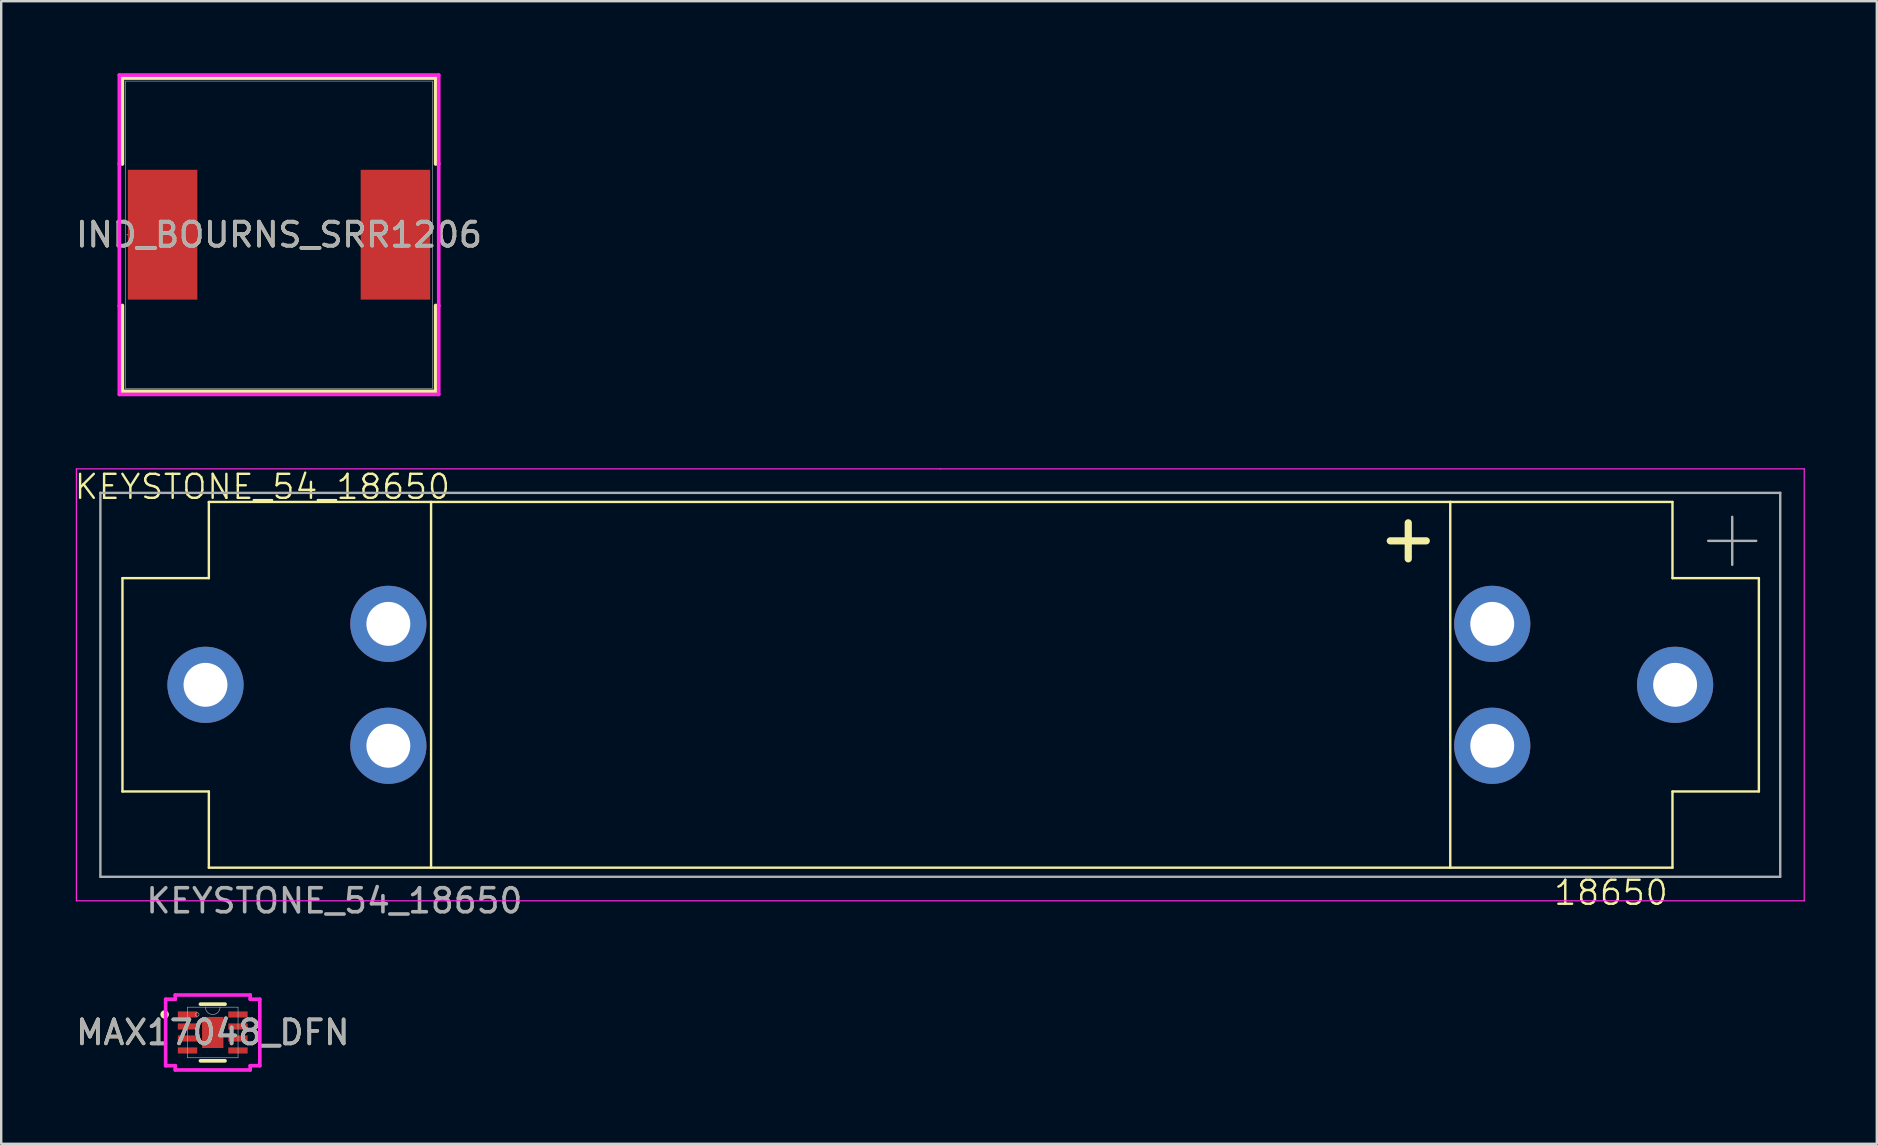
<source format=kicad_pcb>
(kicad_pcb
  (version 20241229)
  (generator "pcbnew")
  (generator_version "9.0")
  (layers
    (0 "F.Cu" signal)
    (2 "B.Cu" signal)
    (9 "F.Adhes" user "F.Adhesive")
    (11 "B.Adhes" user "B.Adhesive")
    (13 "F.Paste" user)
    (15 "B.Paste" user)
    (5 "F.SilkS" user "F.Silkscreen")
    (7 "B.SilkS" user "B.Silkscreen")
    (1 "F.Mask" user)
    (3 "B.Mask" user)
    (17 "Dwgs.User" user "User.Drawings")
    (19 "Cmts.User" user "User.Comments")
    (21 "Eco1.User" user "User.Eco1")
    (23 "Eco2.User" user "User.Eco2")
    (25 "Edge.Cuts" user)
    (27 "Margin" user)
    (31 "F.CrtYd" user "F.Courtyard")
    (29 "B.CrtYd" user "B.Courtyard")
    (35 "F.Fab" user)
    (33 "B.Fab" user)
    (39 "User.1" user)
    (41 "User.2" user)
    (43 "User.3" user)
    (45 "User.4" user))
  (footprint "MAX17048_DFN"
    (layer "F.Cu")
    (at 5.815 39.974)
    (property "Reference" "MAX17048_DFN" (at 0 0 0) (unlocked yes) (layer "F.SilkS") (effects (font (size 1 1) (thickness 0.15))))
    (attr smd)
    (fp_line (start -0.512 1.181) (end 0.512 1.181) (stroke (width 0.152) (type solid)) (layer "F.SilkS"))
    (fp_line (start 0.512 -1.181) (end -0.512 -1.181) (stroke (width 0.152) (type solid)) (layer "F.SilkS"))
    (fp_circle (center -2.005 -0.75) (end -1.903 -0.75) (stroke (width 0.152) (type solid)) (fill no) (layer "F.SilkS"))
    (fp_line (start -1.962 -1.385) (end -1.562 -1.385) (stroke (width 0.152) (type solid)) (layer "F.CrtYd"))
    (fp_line (start -1.962 1.385) (end -1.962 -1.385) (stroke (width 0.152) (type solid)) (layer "F.CrtYd"))
    (fp_line (start -1.962 1.385) (end -1.562 1.385) (stroke (width 0.152) (type solid)) (layer "F.CrtYd"))
    (fp_line (start -1.562 -1.562) (end 1.562 -1.562) (stroke (width 0.152) (type solid)) (layer "F.CrtYd"))
    (fp_line (start -1.562 -1.385) (end -1.562 -1.562) (stroke (width 0.152) (type solid)) (layer "F.CrtYd"))
    (fp_line (start -1.562 1.562) (end -1.562 1.385) (stroke (width 0.152) (type solid)) (layer "F.CrtYd"))
    (fp_line (start 1.562 -1.562) (end 1.562 -1.385) (stroke (width 0.152) (type solid)) (layer "F.CrtYd"))
    (fp_line (start 1.562 1.385) (end 1.562 1.562) (stroke (width 0.152) (type solid)) (layer "F.CrtYd"))
    (fp_line (start 1.562 1.562) (end -1.562 1.562) (stroke (width 0.152) (type solid)) (layer "F.CrtYd"))
    (fp_line (start 1.962 -1.385) (end 1.562 -1.385) (stroke (width 0.152) (type solid)) (layer "F.CrtYd"))
    (fp_line (start 1.962 -1.385) (end 1.962 1.385) (stroke (width 0.152) (type solid)) (layer "F.CrtYd"))
    (fp_line (start 1.962 1.385) (end 1.562 1.385) (stroke (width 0.152) (type solid)) (layer "F.CrtYd"))
    (fp_line (start -1.054 -1.054) (end -1.054 1.054) (stroke (width 0.025) (type solid)) (layer "F.Fab"))
    (fp_line (start -1.054 1.054) (end 1.054 1.054) (stroke (width 0.025) (type solid)) (layer "F.Fab"))
    (fp_line (start 1.054 -1.054) (end -1.054 -1.054) (stroke (width 0.025) (type solid)) (layer "F.Fab"))
    (fp_line (start 1.054 1.054) (end 1.054 -1.054) (stroke (width 0.025) (type solid)) (layer "F.Fab"))
    (fp_arc (start 0.3048 -1.0541) (mid 0 -0.7493) (end -0.3048 -1.0541) (stroke (width 0.0254) (type solid)) (layer "F.Fab"))
    (fp_circle (center -0.648 -0.75) (end -0.572 -0.75) (stroke (width 0.025) (type solid)) (fill no) (layer "F.Fab"))
    (fp_text user "${REFERENCE}" (at 0 0 0) (unlocked yes) (layer "F.Fab") (effects (font (size 1 1) (thickness 0.15))))
    (pad "1" smd rect (at -1.051 -0.75) (size 0.806 0.255) (layers "F.Cu" "F.Mask" "F.Paste"))
    (pad "2" smd rect (at -1.051 -0.25) (size 0.806 0.255) (layers "F.Cu" "F.Mask" "F.Paste"))
    (pad "3" smd rect (at -1.051 0.25) (size 0.806 0.255) (layers "F.Cu" "F.Mask" "F.Paste"))
    (pad "4" smd rect (at -1.051 0.75) (size 0.806 0.255) (layers "F.Cu" "F.Mask" "F.Paste"))
    (pad "5" smd rect (at 1.051 0.75) (size 0.806 0.255) (layers "F.Cu" "F.Mask" "F.Paste"))
    (pad "6" smd rect (at 1.051 0.25) (size 0.806 0.255) (layers "F.Cu" "F.Mask" "F.Paste"))
    (pad "7" smd rect (at 1.051 -0.25) (size 0.806 0.255) (layers "F.Cu" "F.Mask" "F.Paste"))
    (pad "8" smd rect (at 1.051 -0.75) (size 0.806 0.255) (layers "F.Cu" "F.Mask" "F.Paste"))
    (pad "9" smd rect (at 0 0) (size 0.889 1.295) (layers "F.Cu" "F.Mask" "F.Paste")))
  (footprint "IND_BOURNS_SRR1206"
    (layer "F.Cu")
    (at 8.577 6.731)
    (property "Reference" "IND_BOURNS_SRR1206" (at 0 0 0) (unlocked yes) (layer "F.SilkS") (effects (font (size 1 1) (thickness 0.15))))
    (attr smd)
    (fp_line (start -6.528 -6.528) (end -6.528 -2.947) (stroke (width 0.152) (type solid)) (layer "F.SilkS"))
    (fp_line (start -6.528 2.947) (end -6.528 6.528) (stroke (width 0.152) (type solid)) (layer "F.SilkS"))
    (fp_line (start -6.528 6.528) (end 6.528 6.528) (stroke (width 0.152) (type solid)) (layer "F.SilkS"))
    (fp_line (start 6.528 -6.528) (end -6.528 -6.528) (stroke (width 0.152) (type solid)) (layer "F.SilkS"))
    (fp_line (start 6.528 -2.947) (end 6.528 -6.528) (stroke (width 0.152) (type solid)) (layer "F.SilkS"))
    (fp_line (start 6.528 6.528) (end 6.528 2.947) (stroke (width 0.152) (type solid)) (layer "F.SilkS"))
    (fp_line (start -6.655 -6.655) (end 6.655 -6.655) (stroke (width 0.152) (type solid)) (layer "F.CrtYd"))
    (fp_line (start -6.655 -2.959) (end -6.655 -6.655) (stroke (width 0.152) (type solid)) (layer "F.CrtYd"))
    (fp_line (start -6.655 -2.959) (end -6.655 -2.959) (stroke (width 0.152) (type solid)) (layer "F.CrtYd"))
    (fp_line (start -6.655 2.959) (end -6.655 -2.959) (stroke (width 0.152) (type solid)) (layer "F.CrtYd"))
    (fp_line (start -6.655 2.959) (end -6.655 2.959) (stroke (width 0.152) (type solid)) (layer "F.CrtYd"))
    (fp_line (start -6.655 6.655) (end -6.655 2.959) (stroke (width 0.152) (type solid)) (layer "F.CrtYd"))
    (fp_line (start 6.655 -6.655) (end 6.655 -2.959) (stroke (width 0.152) (type solid)) (layer "F.CrtYd"))
    (fp_line (start 6.655 -2.959) (end 6.655 -2.959) (stroke (width 0.152) (type solid)) (layer "F.CrtYd"))
    (fp_line (start 6.655 -2.959) (end 6.655 2.959) (stroke (width 0.152) (type solid)) (layer "F.CrtYd"))
    (fp_line (start 6.655 2.959) (end 6.655 2.959) (stroke (width 0.152) (type solid)) (layer "F.CrtYd"))
    (fp_line (start 6.655 2.959) (end 6.655 6.655) (stroke (width 0.152) (type solid)) (layer "F.CrtYd"))
    (fp_line (start 6.655 6.655) (end -6.655 6.655) (stroke (width 0.152) (type solid)) (layer "F.CrtYd"))
    (fp_line (start -6.401 -6.401) (end -6.401 6.401) (stroke (width 0.025) (type solid)) (layer "F.Fab"))
    (fp_line (start -6.401 6.401) (end 6.401 6.401) (stroke (width 0.025) (type solid)) (layer "F.Fab"))
    (fp_line (start 6.401 -6.401) (end -6.401 -6.401) (stroke (width 0.025) (type solid)) (layer "F.Fab"))
    (fp_line (start 6.401 6.401) (end 6.401 -6.401) (stroke (width 0.025) (type solid)) (layer "F.Fab"))
    (fp_circle (center -6.325 0) (end -6.325 0) (stroke (width 0.025) (type solid)) (fill no) (layer "F.Fab"))
    (fp_text user "${REFERENCE}" (at 0 0 0) (unlocked yes) (layer "F.Fab") (effects (font (size 1 1) (thickness 0.15))))
    (pad "1" smd rect (at -4.851 0) (size 2.896 5.41) (layers "F.Cu" "F.Mask" "F.Paste"))
    (pad "2" smd rect (at 4.851 0) (size 2.896 5.41) (layers "F.Cu" "F.Mask" "F.Paste"))
    (zone (net_name "") (layer "F.Cu") (hatch full 0.508) (connect_pads) (min_thickness 0.254) (filled_areas_thickness no) (keepout (tracks not_allowed) (vias not_allowed) (pads allowed) (copperpour not_allowed) (footprints allowed)) (placement (enabled no)) (fill) (polygon (pts (xy 5.225 0.381) (xy 11.93 0.381) (xy 11.93 13.081) (xy 5.225 13.081)))))
  (footprint "KEYSTONE_54_18650"
    (layer "F.Cu")
    (at 36.133 25.487)
    (property "Reference" "KEYSTONE_54_18650" (at -28.25 -8.25 0) (unlocked yes) (layer "F.SilkS") (effects (font (size 1 1) (thickness 0.1))))
    (attr through_hole)
    (fp_line (start -34.08 -4.445) (end -34.08 4.445) (stroke (width 0.1) (type default)) (layer "F.SilkS"))
    (fp_line (start -34.08 -4.445) (end -30.48 -4.445) (stroke (width 0.1) (type solid)) (layer "F.SilkS"))
    (fp_line (start -34.08 4.445) (end -30.48 4.445) (stroke (width 0.1) (type default)) (layer "F.SilkS"))
    (fp_line (start -30.48 -7.62) (end -30.48 -4.445) (stroke (width 0.1) (type default)) (layer "F.SilkS"))
    (fp_line (start -30.48 -7.62) (end -21.22 -7.62) (stroke (width 0.1) (type default)) (layer "F.SilkS"))
    (fp_line (start -30.48 4.445) (end -30.48 7.62) (stroke (width 0.1) (type default)) (layer "F.SilkS"))
    (fp_line (start -30.48 7.62) (end -21.22 7.62) (stroke (width 0.1) (type default)) (layer "F.SilkS"))
    (fp_line (start -21.22 -7.62) (end -21.22 7.62) (stroke (width 0.1) (type default)) (layer "F.SilkS"))
    (fp_line (start -21.22 -7.62) (end 21.25 -7.62) (stroke (width 0.1) (type default)) (layer "F.SilkS"))
    (fp_line (start -21.22 7.62) (end 21.25 7.62) (stroke (width 0.1) (type default)) (layer "F.SilkS"))
    (fp_line (start 18.75 -6) (end 20.25 -6) (stroke (width 0.3) (type default)) (layer "F.SilkS"))
    (fp_line (start 19.5 -6.75) (end 19.5 -5.25) (stroke (width 0.3) (type default)) (layer "F.SilkS"))
    (fp_line (start 21.25 7.62) (end 21.25 -7.62) (stroke (width 0.1) (type default)) (layer "F.SilkS"))
    (fp_line (start 30.51 -7.62) (end 21.25 -7.62) (stroke (width 0.1) (type default)) (layer "F.SilkS"))
    (fp_line (start 30.51 -4.445) (end 30.51 -7.62) (stroke (width 0.1) (type default)) (layer "F.SilkS"))
    (fp_line (start 30.51 7.62) (end 21.25 7.62) (stroke (width 0.1) (type default)) (layer "F.SilkS"))
    (fp_line (start 30.51 7.62) (end 30.51 4.445) (stroke (width 0.1) (type default)) (layer "F.SilkS"))
    (fp_line (start 34.11 -4.445) (end 30.51 -4.445) (stroke (width 0.1) (type default)) (layer "F.SilkS"))
    (fp_line (start 34.11 4.445) (end 30.51 4.445) (stroke (width 0.1) (type solid)) (layer "F.SilkS"))
    (fp_line (start 34.11 4.445) (end 34.11 -4.445) (stroke (width 0.1) (type default)) (layer "F.SilkS"))
    (fp_line (start -36 -9) (end 0 -9) (stroke (width 0.05) (type default)) (layer "F.CrtYd"))
    (fp_line (start -36 9) (end -36 -9) (stroke (width 0.05) (type default)) (layer "F.CrtYd"))
    (fp_line (start 0 -9) (end 36 -9) (stroke (width 0.05) (type default)) (layer "F.CrtYd"))
    (fp_line (start 36 -9) (end 36 9) (stroke (width 0.05) (type default)) (layer "F.CrtYd"))
    (fp_line (start 36 9) (end -36 9) (stroke (width 0.05) (type default)) (layer "F.CrtYd"))
    (fp_line (start -35 -8) (end 35 -8) (stroke (width 0.1) (type default)) (layer "F.Fab"))
    (fp_line (start -35 8) (end -35 -8) (stroke (width 0.1) (type default)) (layer "F.Fab"))
    (fp_line (start 32 -6) (end 33 -6) (stroke (width 0.1) (type default)) (layer "F.Fab"))
    (fp_line (start 33 -7) (end 33 -5) (stroke (width 0.1) (type default)) (layer "F.Fab"))
    (fp_line (start 34 -6) (end 33 -6) (stroke (width 0.1) (type default)) (layer "F.Fab"))
    (fp_line (start 35 -8) (end 35 8) (stroke (width 0.1) (type default)) (layer "F.Fab"))
    (fp_line (start 35 8) (end -35 8) (stroke (width 0.1) (type default)) (layer "F.Fab"))
    (fp_text user "18650" (at 25.5 9.25 0) (unlocked yes) (layer "F.SilkS") (effects (font (size 1 1) (thickness 0.1)) (justify left bottom)))
    (fp_text user "${REFERENCE}" (at -25.25 9 0) (unlocked yes) (layer "F.Fab") (effects (font (size 1 1) (thickness 0.15))))
    (pad "1" thru_hole circle (at 23 -2.54) (size 3.175 3.175) (drill 1.829) (layers "*.Cu" "*.Mask"))
    (pad "1" thru_hole circle (at 23 2.54) (size 3.175 3.175) (drill 1.829) (layers "*.Cu" "*.Mask"))
    (pad "1" thru_hole circle (at 30.62 0) (size 3.175 3.175) (drill 1.829) (layers "*.Cu" "*.Mask"))
    (pad "2" thru_hole circle (at -30.62 0) (size 3.175 3.175) (drill 1.829) (layers "*.Cu" "*.Mask"))
    (pad "2" thru_hole circle (at -23 -2.54) (size 3.175 3.175) (drill 1.829) (layers "*.Cu" "*.Mask"))
    (pad "2" thru_hole circle (at -23 2.54) (size 3.175 3.175) (drill 1.829) (layers "*.Cu" "*.Mask")))
  (gr_rect
    (start -3 -3)
    (end 75.158 44.612)
    (stroke (width 0.1) (type default))
    (fill no)
    (layer "Edge.Cuts")))
</source>
